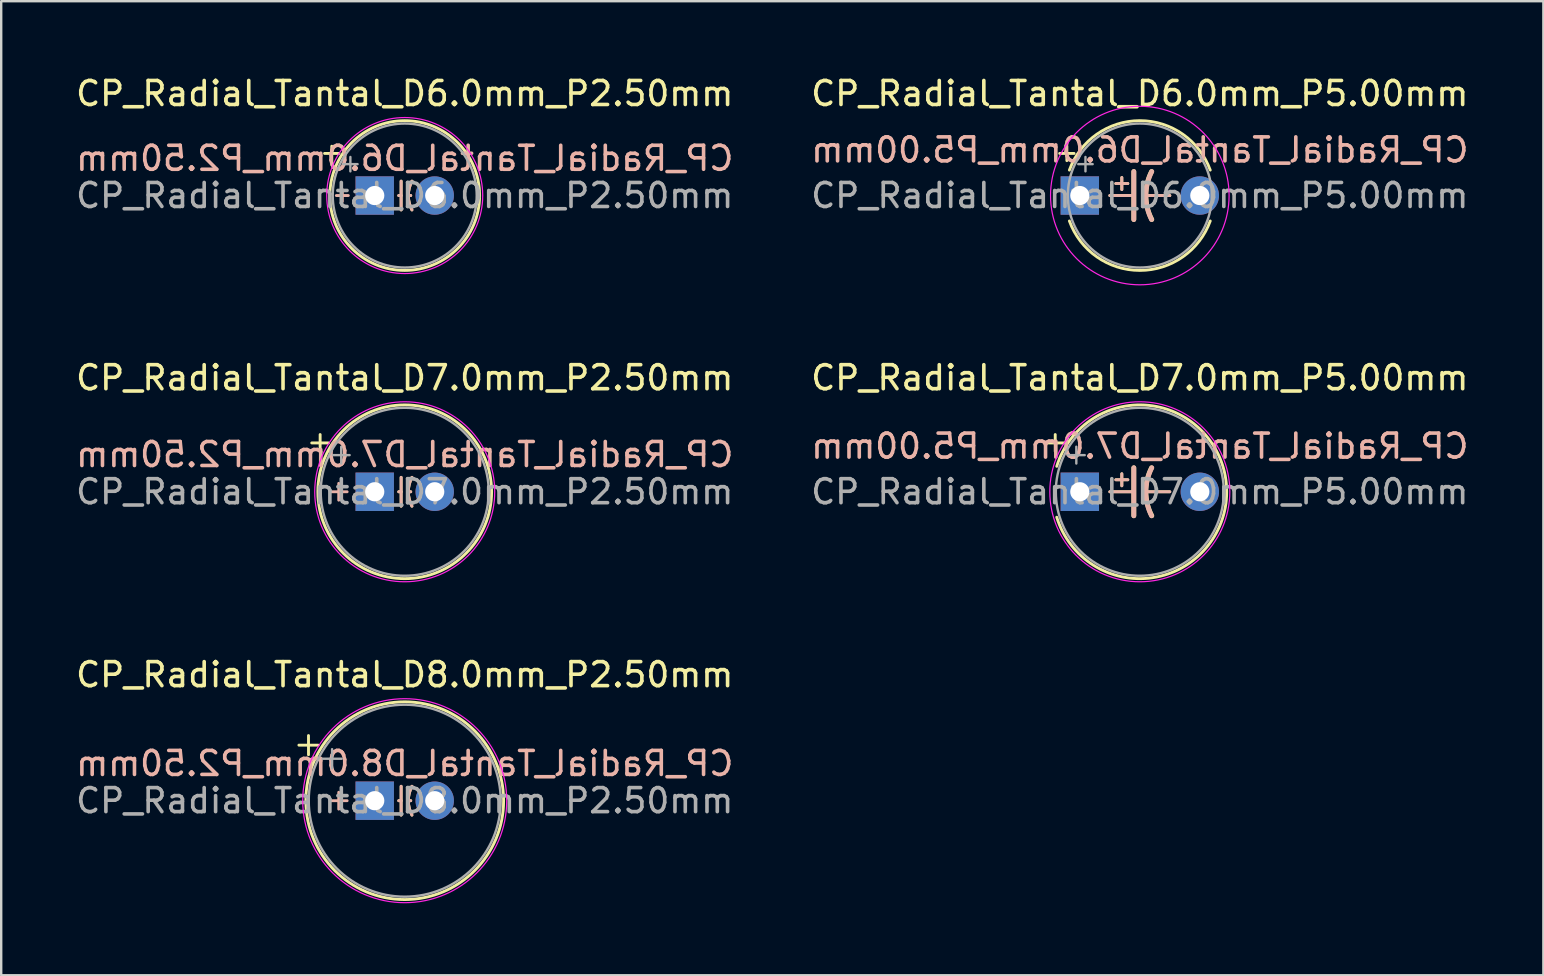
<source format=kicad_pcb>
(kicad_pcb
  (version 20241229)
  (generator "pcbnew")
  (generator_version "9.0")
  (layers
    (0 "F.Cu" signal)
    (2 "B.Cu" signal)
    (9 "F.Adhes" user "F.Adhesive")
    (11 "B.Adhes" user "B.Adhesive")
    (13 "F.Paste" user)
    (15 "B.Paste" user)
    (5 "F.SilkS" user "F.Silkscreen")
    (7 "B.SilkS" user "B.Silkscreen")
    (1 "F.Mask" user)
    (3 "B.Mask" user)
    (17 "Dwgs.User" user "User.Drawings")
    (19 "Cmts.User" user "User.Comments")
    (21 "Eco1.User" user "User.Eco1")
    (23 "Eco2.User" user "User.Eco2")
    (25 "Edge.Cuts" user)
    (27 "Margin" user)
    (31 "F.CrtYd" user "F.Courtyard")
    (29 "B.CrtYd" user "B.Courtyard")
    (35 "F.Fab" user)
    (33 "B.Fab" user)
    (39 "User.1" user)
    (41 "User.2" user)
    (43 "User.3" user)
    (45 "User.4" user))
  (footprint "CP_Radial_Tantal_D8.0mm_P2.50mm"
    (layer "F.Cu")
    (at 12.565 30.315)
    (property "Reference" "CP_Radial_Tantal_D8.0mm_P2.50mm" (at 1.25 -5.25 0) (layer "F.SilkS") (effects (font (size 1 1) (thickness 0.15))))
    (fp_line (start -3.16 -2.315) (end -2.36 -2.315) (stroke (width 0.12) (type solid)) (layer "F.SilkS"))
    (fp_line (start -2.76 -2.715) (end -2.76 -1.915) (stroke (width 0.12) (type solid)) (layer "F.SilkS"))
    (fp_line (start 1.1 -0.6) (end 1.1 0.6) (stroke (width 0.12) (type solid)) (layer "F.SilkS"))
    (fp_line (start 1.1 0) (end 1 0) (stroke (width 0.12) (type solid)) (layer "F.SilkS"))
    (fp_line (start 1.4 0) (end 1.5 0) (stroke (width 0.12) (type solid)) (layer "F.SilkS"))
    (fp_arc (start 1.4 0) (mid 1.438101 -0.309225) (end 1.55 -0.6) (stroke (width 0.12) (type solid)) (layer "F.SilkS"))
    (fp_arc (start 1.55 0.6) (mid 1.440022 0.308744) (end 1.4 0) (stroke (width 0.12) (type solid)) (layer "F.SilkS"))
    (fp_circle (center 1.25 0) (end 5.37 0) (stroke (width 0.12) (type solid)) (fill no) (layer "F.SilkS"))
    (fp_line (start -1.5 -0.35) (end -1.5 0.35) (stroke (width 0.12) (type solid)) (layer "B.SilkS"))
    (fp_line (start -1.15 0) (end -1.85 0) (stroke (width 0.12) (type solid)) (layer "B.SilkS"))
    (fp_line (start 1.1 0) (end 1 0) (stroke (width 0.12) (type solid)) (layer "B.SilkS"))
    (fp_line (start 1.1 0.6) (end 1.1 -0.6) (stroke (width 0.12) (type solid)) (layer "B.SilkS"))
    (fp_line (start 1.4 0) (end 1.5 0) (stroke (width 0.12) (type solid)) (layer "B.SilkS"))
    (fp_arc (start 1.4 0) (mid 1.440022 -0.308744) (end 1.55 -0.6) (stroke (width 0.12) (type solid)) (layer "B.SilkS"))
    (fp_arc (start 1.55 0.6) (mid 1.438098 0.309225) (end 1.4 0) (stroke (width 0.12) (type solid)) (layer "B.SilkS"))
    (fp_circle (center 1.25 0) (end 5.5 0) (stroke (width 0.05) (type solid)) (fill no) (layer "F.CrtYd"))
    (fp_line (start -2.177 -1.748) (end -1.377 -1.748) (stroke (width 0.1) (type solid)) (layer "F.Fab"))
    (fp_line (start -1.777 -2.147) (end -1.777 -1.347) (stroke (width 0.1) (type solid)) (layer "F.Fab"))
    (fp_circle (center 1.25 0) (end 5.25 0) (stroke (width 0.1) (type solid)) (fill no) (layer "F.Fab"))
    (fp_text user "${REFERENCE}" (at 1.25 -1.55 0) (layer "B.SilkS") (effects (font (size 1 1) (thickness 0.15)) (justify mirror)))
    (fp_text user "${REFERENCE}" (at 1.25 0 0) (layer "F.Fab") (effects (font (size 1 1) (thickness 0.15))))
    (pad "1" thru_hole rect (at 0 0) (size 1.6 1.6) (drill 0.8) (layers "*.Cu" "*.Mask"))
    (pad "2" thru_hole circle (at 2.5 0) (size 1.6 1.6) (drill 0.8) (layers "*.Cu" "*.Mask")))
  (footprint "CP_Radial_Tantal_D7.0mm_P5.00mm"
    (layer "F.Cu")
    (at 41.946 17.442)
    (property "Reference" "CP_Radial_Tantal_D7.0mm_P5.00mm" (at 2.5 -4.75 0) (layer "F.SilkS") (effects (font (size 1 1) (thickness 0.15))))
    (fp_line (start -1.375 -2.035) (end -0.675 -2.035) (stroke (width 0.12) (type solid)) (layer "F.SilkS"))
    (fp_line (start -1.025 -2.385) (end -1.025 -1.685) (stroke (width 0.12) (type solid)) (layer "F.SilkS"))
    (fp_line (start 1.25 0) (end 2.25 0) (stroke (width 0.12) (type solid)) (layer "F.SilkS"))
    (fp_line (start 1.5 -0.5) (end 2 -0.5) (stroke (width 0.12) (type solid)) (layer "F.SilkS"))
    (fp_line (start 1.75 -0.25) (end 1.75 -0.75) (stroke (width 0.12) (type solid)) (layer "F.SilkS"))
    (fp_line (start 2.25 -1) (end 2.25 1) (stroke (width 0.2) (type solid)) (layer "F.SilkS"))
    (fp_line (start 3.75 0) (end 2.75 0) (stroke (width 0.12) (type solid)) (layer "F.SilkS"))
    (fp_arc (start -0.961329 -1.06) (mid 6.12 0) (end -0.961329 1.06) (stroke (width 0.12) (type solid)) (layer "F.SilkS"))
    (fp_arc (start 2.75 0) (mid 2.810254 -0.5139) (end 2.987539 -1) (stroke (width 0.2) (type solid)) (layer "F.SilkS"))
    (fp_arc (start 3 1) (mid 2.816707 0.514573) (end 2.75 0) (stroke (width 0.2) (type solid)) (layer "F.SilkS"))
    (fp_line (start 1.25 0) (end 2.25 0) (stroke (width 0.12) (type solid)) (layer "B.SilkS"))
    (fp_line (start 1.5 -0.5) (end 2 -0.5) (stroke (width 0.12) (type solid)) (layer "B.SilkS"))
    (fp_line (start 1.75 -0.75) (end 1.75 -0.25) (stroke (width 0.12) (type solid)) (layer "B.SilkS"))
    (fp_line (start 2.25 1) (end 2.25 -1) (stroke (width 0.2) (type solid)) (layer "B.SilkS"))
    (fp_line (start 3.75 0) (end 2.75 0) (stroke (width 0.12) (type solid)) (layer "B.SilkS"))
    (fp_arc (start 2.75 0) (mid 2.816707 -0.514573) (end 3 -1) (stroke (width 0.2) (type solid)) (layer "B.SilkS"))
    (fp_arc (start 2.987539 1) (mid 2.810254 0.5139) (end 2.75 0) (stroke (width 0.2) (type solid)) (layer "B.SilkS"))
    (fp_circle (center 2.5 0) (end 6.25 0) (stroke (width 0.05) (type solid)) (fill no) (layer "F.CrtYd"))
    (fp_line (start -0.496 -1.528) (end 0.204 -1.528) (stroke (width 0.1) (type solid)) (layer "F.Fab"))
    (fp_line (start -0.146 -1.877) (end -0.146 -1.177) (stroke (width 0.1) (type solid)) (layer "F.Fab"))
    (fp_circle (center 2.5 0) (end 6 0) (stroke (width 0.1) (type solid)) (fill no) (layer "F.Fab"))
    (fp_text user "${REFERENCE}" (at 2.5 -1.9 0) (layer "B.SilkS") (effects (font (size 1 1) (thickness 0.15)) (justify mirror)))
    (fp_text user "${REFERENCE}" (at 2.5 0 0) (layer "F.Fab") (effects (font (size 1 1) (thickness 0.15))))
    (pad "1" thru_hole rect (at 0 0) (size 1.6 1.6) (drill 0.8) (layers "*.Cu" "*.Mask"))
    (pad "2" thru_hole circle (at 5 0) (size 1.6 1.6) (drill 0.8) (layers "*.Cu" "*.Mask")))
  (footprint "CP_Radial_Tantal_D6.0mm_P5.00mm"
    (layer "F.Cu")
    (at 41.946 5.098)
    (property "Reference" "CP_Radial_Tantal_D6.0mm_P5.00mm" (at 2.5 -4.25 0) (layer "F.SilkS") (effects (font (size 1 1) (thickness 0.15))))
    (fp_line (start -0.84 -1.755) (end -0.24 -1.755) (stroke (width 0.12) (type solid)) (layer "F.SilkS"))
    (fp_line (start -0.54 -2.055) (end -0.54 -1.455) (stroke (width 0.12) (type solid)) (layer "F.SilkS"))
    (fp_line (start 1.25 0) (end 2.25 0) (stroke (width 0.12) (type solid)) (layer "F.SilkS"))
    (fp_line (start 1.5 -0.5) (end 2 -0.5) (stroke (width 0.12) (type solid)) (layer "F.SilkS"))
    (fp_line (start 1.75 -0.25) (end 1.75 -0.75) (stroke (width 0.12) (type solid)) (layer "F.SilkS"))
    (fp_line (start 2.25 -1) (end 2.25 1) (stroke (width 0.2) (type solid)) (layer "F.SilkS"))
    (fp_line (start 3.75 0) (end 2.75 0) (stroke (width 0.12) (type solid)) (layer "F.SilkS"))
    (fp_arc (start -0.434416 -1.06) (mid 2.5 -3.12) (end 5.434416 -1.06) (stroke (width 0.12) (type solid)) (layer "F.SilkS"))
    (fp_arc (start 2.75 0) (mid 2.810254 -0.5139) (end 2.987539 -1) (stroke (width 0.2) (type solid)) (layer "F.SilkS"))
    (fp_arc (start 3 1) (mid 2.816707 0.514573) (end 2.75 0) (stroke (width 0.2) (type solid)) (layer "F.SilkS"))
    (fp_arc (start 5.434416 1.06) (mid 2.5 3.12) (end -0.434416 1.06) (stroke (width 0.12) (type solid)) (layer "F.SilkS"))
    (fp_line (start 1.25 0) (end 2.25 0) (stroke (width 0.12) (type solid)) (layer "B.SilkS"))
    (fp_line (start 1.5 -0.5) (end 2 -0.5) (stroke (width 0.12) (type solid)) (layer "B.SilkS"))
    (fp_line (start 1.75 -0.75) (end 1.75 -0.25) (stroke (width 0.12) (type solid)) (layer "B.SilkS"))
    (fp_line (start 2.25 1) (end 2.25 -1) (stroke (width 0.2) (type solid)) (layer "B.SilkS"))
    (fp_line (start 3.75 0) (end 2.75 0) (stroke (width 0.12) (type solid)) (layer "B.SilkS"))
    (fp_arc (start 2.75 0) (mid 2.816707 -0.514573) (end 3 -1) (stroke (width 0.2) (type solid)) (layer "B.SilkS"))
    (fp_arc (start 2.987539 1) (mid 2.810254 0.5139) (end 2.75 0) (stroke (width 0.2) (type solid)) (layer "B.SilkS"))
    (fp_circle (center 2.5 0) (end 6.22 0) (stroke (width 0.05) (type solid)) (fill no) (layer "F.CrtYd"))
    (fp_line (start -0.065 -1.308) (end 0.535 -1.308) (stroke (width 0.1) (type solid)) (layer "F.Fab"))
    (fp_line (start 0.235 -1.607) (end 0.235 -1.008) (stroke (width 0.1) (type solid)) (layer "F.Fab"))
    (fp_circle (center 2.5 0) (end 5.5 0) (stroke (width 0.1) (type solid)) (fill no) (layer "F.Fab"))
    (fp_text user "${REFERENCE}" (at 2.5 -1.9 0) (layer "B.SilkS") (effects (font (size 1 1) (thickness 0.15)) (justify mirror)))
    (fp_text user "${REFERENCE}" (at 2.5 0 0) (layer "F.Fab") (effects (font (size 1 1) (thickness 0.15))))
    (pad "1" thru_hole rect (at 0 0) (size 1.6 1.6) (drill 0.8) (layers "*.Cu" "*.Mask"))
    (pad "2" thru_hole circle (at 5 0) (size 1.6 1.6) (drill 0.8) (layers "*.Cu" "*.Mask")))
  (footprint "CP_Radial_Tantal_D6.0mm_P2.50mm"
    (layer "F.Cu")
    (at 12.565 5.098)
    (property "Reference" "CP_Radial_Tantal_D6.0mm_P2.50mm" (at 1.25 -4.25 0) (layer "F.SilkS") (effects (font (size 1 1) (thickness 0.15))))
    (fp_line (start -2.09 -1.755) (end -1.49 -1.755) (stroke (width 0.12) (type solid)) (layer "F.SilkS"))
    (fp_line (start -1.79 -2.055) (end -1.79 -1.455) (stroke (width 0.12) (type solid)) (layer "F.SilkS"))
    (fp_line (start 1.1 -0.6) (end 1.1 0.6) (stroke (width 0.12) (type solid)) (layer "F.SilkS"))
    (fp_line (start 1.1 0) (end 1 0) (stroke (width 0.12) (type solid)) (layer "F.SilkS"))
    (fp_line (start 1.4 0) (end 1.5 0) (stroke (width 0.12) (type solid)) (layer "F.SilkS"))
    (fp_arc (start 1.4 0) (mid 1.438101 -0.309225) (end 1.55 -0.6) (stroke (width 0.12) (type solid)) (layer "F.SilkS"))
    (fp_arc (start 1.55 0.6) (mid 1.440022 0.308744) (end 1.4 0) (stroke (width 0.12) (type solid)) (layer "F.SilkS"))
    (fp_circle (center 1.25 0) (end 4.37 0) (stroke (width 0.12) (type solid)) (fill no) (layer "F.SilkS"))
    (fp_line (start -1.35 -0.25) (end -1.35 0.25) (stroke (width 0.12) (type solid)) (layer "B.SilkS"))
    (fp_line (start -1.1 0) (end -1.6 0) (stroke (width 0.12) (type solid)) (layer "B.SilkS"))
    (fp_line (start 1.1 0) (end 1 0) (stroke (width 0.12) (type solid)) (layer "B.SilkS"))
    (fp_line (start 1.1 0.6) (end 1.1 -0.6) (stroke (width 0.12) (type solid)) (layer "B.SilkS"))
    (fp_line (start 1.4 0) (end 1.5 0) (stroke (width 0.12) (type solid)) (layer "B.SilkS"))
    (fp_arc (start 1.4 0) (mid 1.440022 -0.308744) (end 1.55 -0.6) (stroke (width 0.12) (type solid)) (layer "B.SilkS"))
    (fp_arc (start 1.55 0.6) (mid 1.438098 0.309225) (end 1.4 0) (stroke (width 0.12) (type solid)) (layer "B.SilkS"))
    (fp_circle (center 1.25 0) (end 4.5 0) (stroke (width 0.05) (type solid)) (fill no) (layer "F.CrtYd"))
    (fp_line (start -1.315 -1.308) (end -0.715 -1.308) (stroke (width 0.1) (type solid)) (layer "F.Fab"))
    (fp_line (start -1.015 -1.607) (end -1.015 -1.008) (stroke (width 0.1) (type solid)) (layer "F.Fab"))
    (fp_circle (center 1.25 0) (end 4.25 0) (stroke (width 0.1) (type solid)) (fill no) (layer "F.Fab"))
    (fp_text user "${REFERENCE}" (at 1.25 -1.55 0) (layer "B.SilkS") (effects (font (size 1 1) (thickness 0.15)) (justify mirror)))
    (fp_text user "${REFERENCE}" (at 1.25 0 0) (layer "F.Fab") (effects (font (size 1 1) (thickness 0.15))))
    (pad "1" thru_hole rect (at 0 0) (size 1.6 1.6) (drill 0.8) (layers "*.Cu" "*.Mask"))
    (pad "2" thru_hole circle (at 2.5 0) (size 1.6 1.6) (drill 0.8) (layers "*.Cu" "*.Mask")))
  (footprint "CP_Radial_Tantal_D7.0mm_P2.50mm"
    (layer "F.Cu")
    (at 12.565 17.442)
    (property "Reference" "CP_Radial_Tantal_D7.0mm_P2.50mm" (at 1.25 -4.75 0) (layer "F.SilkS") (effects (font (size 1 1) (thickness 0.15))))
    (fp_line (start -2.625 -2.035) (end -1.925 -2.035) (stroke (width 0.12) (type solid)) (layer "F.SilkS"))
    (fp_line (start -2.275 -2.385) (end -2.275 -1.685) (stroke (width 0.12) (type solid)) (layer "F.SilkS"))
    (fp_line (start 1.1 -0.6) (end 1.1 0.6) (stroke (width 0.12) (type solid)) (layer "F.SilkS"))
    (fp_line (start 1.1 0) (end 1 0) (stroke (width 0.12) (type solid)) (layer "F.SilkS"))
    (fp_line (start 1.4 0) (end 1.5 0) (stroke (width 0.12) (type solid)) (layer "F.SilkS"))
    (fp_arc (start 1.4 0) (mid 1.438101 -0.309225) (end 1.55 -0.6) (stroke (width 0.12) (type solid)) (layer "F.SilkS"))
    (fp_arc (start 1.55 0.6) (mid 1.440022 0.308744) (end 1.4 0) (stroke (width 0.12) (type solid)) (layer "F.SilkS"))
    (fp_circle (center 1.25 0) (end 4.87 0) (stroke (width 0.12) (type solid)) (fill no) (layer "F.SilkS"))
    (fp_line (start -1.5 -0.35) (end -1.5 0.35) (stroke (width 0.12) (type solid)) (layer "B.SilkS"))
    (fp_line (start -1.15 0) (end -1.85 0) (stroke (width 0.12) (type solid)) (layer "B.SilkS"))
    (fp_line (start 1.1 0) (end 1 0) (stroke (width 0.12) (type solid)) (layer "B.SilkS"))
    (fp_line (start 1.1 0.6) (end 1.1 -0.6) (stroke (width 0.12) (type solid)) (layer "B.SilkS"))
    (fp_line (start 1.4 0) (end 1.5 0) (stroke (width 0.12) (type solid)) (layer "B.SilkS"))
    (fp_arc (start 1.4 0) (mid 1.440022 -0.308744) (end 1.55 -0.6) (stroke (width 0.12) (type solid)) (layer "B.SilkS"))
    (fp_arc (start 1.55 0.6) (mid 1.438098 0.309225) (end 1.4 0) (stroke (width 0.12) (type solid)) (layer "B.SilkS"))
    (fp_circle (center 1.25 0) (end 5 0) (stroke (width 0.05) (type solid)) (fill no) (layer "F.CrtYd"))
    (fp_line (start -1.746 -1.528) (end -1.046 -1.528) (stroke (width 0.1) (type solid)) (layer "F.Fab"))
    (fp_line (start -1.396 -1.877) (end -1.396 -1.177) (stroke (width 0.1) (type solid)) (layer "F.Fab"))
    (fp_circle (center 1.25 0) (end 4.75 0) (stroke (width 0.1) (type solid)) (fill no) (layer "F.Fab"))
    (fp_text user "${REFERENCE}" (at 1.25 -1.55 0) (layer "B.SilkS") (effects (font (size 1 1) (thickness 0.15)) (justify mirror)))
    (fp_text user "${REFERENCE}" (at 1.25 0 0) (layer "F.Fab") (effects (font (size 1 1) (thickness 0.15))))
    (pad "1" thru_hole rect (at 0 0) (size 1.6 1.6) (drill 0.8) (layers "*.Cu" "*.Mask"))
    (pad "2" thru_hole circle (at 2.5 0) (size 1.6 1.6) (drill 0.8) (layers "*.Cu" "*.Mask")))
  (gr_rect
    (start -3 -3)
    (end 61.262 37.59)
    (stroke (width 0.1) (type default))
    (fill no)
    (layer "Edge.Cuts")))
</source>
